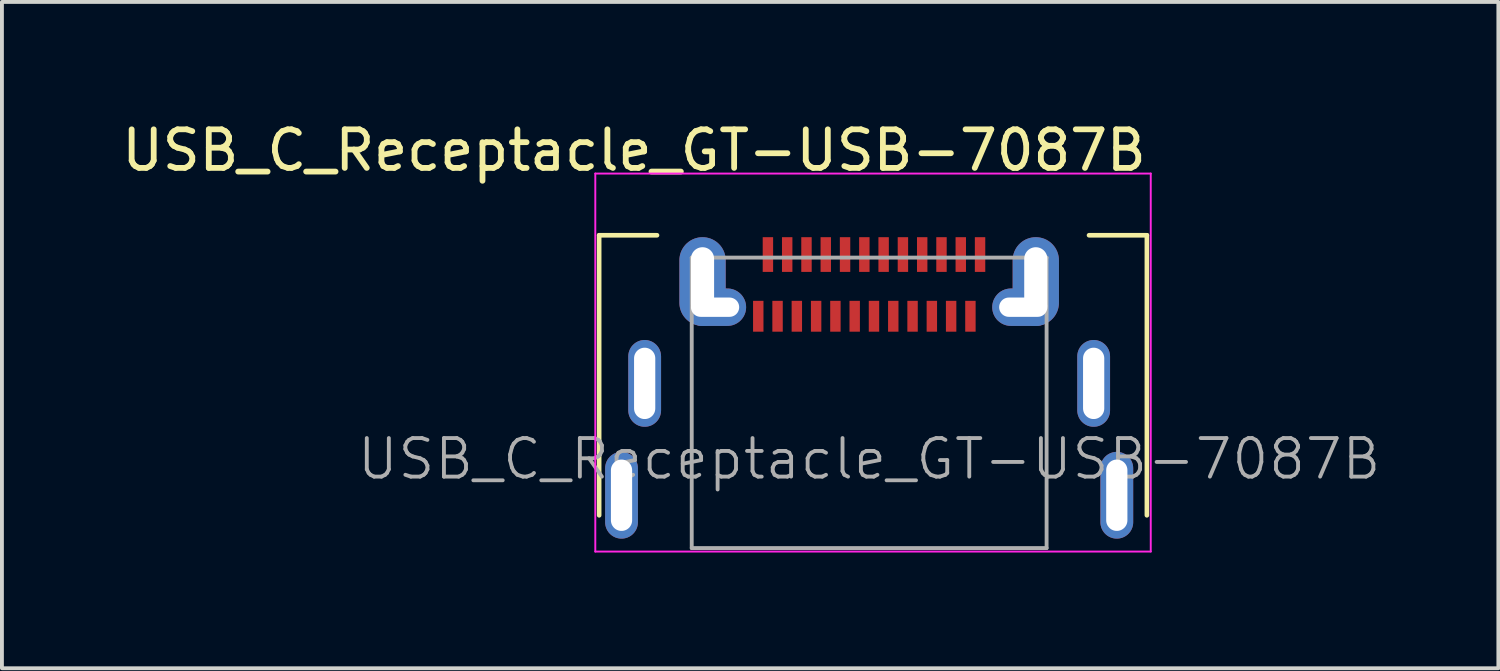
<source format=kicad_pcb>
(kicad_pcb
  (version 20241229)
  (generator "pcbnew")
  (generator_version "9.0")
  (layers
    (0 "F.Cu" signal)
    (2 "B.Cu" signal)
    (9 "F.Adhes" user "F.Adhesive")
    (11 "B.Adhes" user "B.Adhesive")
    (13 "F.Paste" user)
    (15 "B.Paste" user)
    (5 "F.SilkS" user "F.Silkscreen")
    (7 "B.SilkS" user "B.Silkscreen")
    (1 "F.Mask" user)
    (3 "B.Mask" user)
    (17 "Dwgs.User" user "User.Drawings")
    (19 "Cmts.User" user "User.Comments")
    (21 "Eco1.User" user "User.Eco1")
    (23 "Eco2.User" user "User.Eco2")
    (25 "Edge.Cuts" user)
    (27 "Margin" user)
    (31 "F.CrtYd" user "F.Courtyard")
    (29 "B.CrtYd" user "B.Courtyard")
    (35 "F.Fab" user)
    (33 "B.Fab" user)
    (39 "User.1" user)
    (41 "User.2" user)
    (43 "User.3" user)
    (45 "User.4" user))
  (footprint "USB_C_Receptacle_GT-USB-7087B"
    (layer "F.Cu")
    (at 19.483 8.849)
    (property "Reference" "USB_C_Receptacle_GT-USB-7087B" (at -6.096 -8.001 0) (layer "F.SilkS") (effects (font (size 1 1) (thickness 0.15))))
    (attr smd)
    (fp_line (start -7 -5.8) (end -7 1.46) (stroke (width 0.12) (type solid)) (layer "F.SilkS"))
    (fp_line (start -7 -5.8) (end -5.5 -5.8) (stroke (width 0.12) (type solid)) (layer "F.SilkS"))
    (fp_line (start 5.7 -5.8) (end 7.2 -5.8) (stroke (width 0.12) (type solid)) (layer "F.SilkS"))
    (fp_line (start 7.2 -5.8) (end 7.2 1.46) (stroke (width 0.12) (type solid)) (layer "F.SilkS"))
    (fp_line (start -7.1 -7.4) (end 7.3 -7.4) (stroke (width 0.05) (type solid)) (layer "F.CrtYd"))
    (fp_line (start -7.1 2.4) (end -7.1 -7.4) (stroke (width 0.05) (type solid)) (layer "F.CrtYd"))
    (fp_line (start 7.3 -7.4) (end 7.3 2.4) (stroke (width 0.05) (type solid)) (layer "F.CrtYd"))
    (fp_line (start 7.3 2.4) (end -7.1 2.4) (stroke (width 0.05) (type solid)) (layer "F.CrtYd"))
    (fp_line (start -4.6 -5.22) (end 4.6 -5.22) (stroke (width 0.1) (type solid)) (layer "F.Fab"))
    (fp_line (start -4.6 2.31) (end -4.6 -5.22) (stroke (width 0.1) (type solid)) (layer "F.Fab"))
    (fp_line (start -4.6 2.31) (end 4.6 2.31) (stroke (width 0.1) (type solid)) (layer "F.Fab"))
    (fp_line (start 4.6 2.31) (end 4.6 -5.22) (stroke (width 0.1) (type solid)) (layer "F.Fab"))
    (fp_text user "${REFERENCE}" (at 0 0 0) (layer "F.Fab") (effects (font (size 1 1) (thickness 0.1))))
    (pad "A1" smd rect (at -2.625 -5.3) (size 0.27 0.9) (layers "F.Cu" "F.Mask" "F.Paste"))
    (pad "A2" smd rect (at -2.125 -5.3) (size 0.27 0.9) (layers "F.Cu" "F.Mask" "F.Paste"))
    (pad "A3" smd rect (at -1.625 -5.3) (size 0.27 0.9) (layers "F.Cu" "F.Mask" "F.Paste"))
    (pad "A4" smd rect (at -1.125 -5.3) (size 0.27 0.9) (layers "F.Cu" "F.Mask" "F.Paste"))
    (pad "A5" smd rect (at -0.625 -5.3) (size 0.27 0.9) (layers "F.Cu" "F.Mask" "F.Paste"))
    (pad "A6" smd rect (at -0.125 -5.3) (size 0.27 0.9) (layers "F.Cu" "F.Mask" "F.Paste"))
    (pad "A7" smd rect (at 0.375 -5.3) (size 0.27 0.9) (layers "F.Cu" "F.Mask" "F.Paste"))
    (pad "A8" smd rect (at 0.875 -5.3) (size 0.27 0.9) (layers "F.Cu" "F.Mask" "F.Paste"))
    (pad "A9" smd rect (at 1.375 -5.3) (size 0.27 0.9) (layers "F.Cu" "F.Mask" "F.Paste"))
    (pad "A10" smd rect (at 1.875 -5.3) (size 0.27 0.9) (layers "F.Cu" "F.Mask" "F.Paste"))
    (pad "A11" smd rect (at 2.375 -5.3) (size 0.27 0.9) (layers "F.Cu" "F.Mask" "F.Paste"))
    (pad "A12" smd rect (at 2.875 -5.3) (size 0.27 0.9) (layers "F.Cu" "F.Mask" "F.Paste"))
    (pad "B1" smd rect (at 2.625 -3.7) (size 0.27 0.8) (layers "F.Cu" "F.Mask" "F.Paste"))
    (pad "B2" smd rect (at 2.125 -3.7) (size 0.27 0.8) (layers "F.Cu" "F.Mask" "F.Paste"))
    (pad "B3" smd rect (at 1.625 -3.7) (size 0.27 0.8) (layers "F.Cu" "F.Mask" "F.Paste"))
    (pad "B4" smd rect (at 1.125 -3.7) (size 0.27 0.8) (layers "F.Cu" "F.Mask" "F.Paste"))
    (pad "B5" smd rect (at 0.625 -3.7) (size 0.27 0.8) (layers "F.Cu" "F.Mask" "F.Paste"))
    (pad "B6" smd rect (at 0.125 -3.7) (size 0.27 0.8) (layers "F.Cu" "F.Mask" "F.Paste"))
    (pad "B7" smd rect (at -0.375 -3.7) (size 0.27 0.8) (layers "F.Cu" "F.Mask" "F.Paste"))
    (pad "B8" smd rect (at -0.875 -3.7) (size 0.27 0.8) (layers "F.Cu" "F.Mask" "F.Paste"))
    (pad "B9" smd rect (at -1.375 -3.7) (size 0.27 0.8) (layers "F.Cu" "F.Mask" "F.Paste"))
    (pad "B10" smd rect (at -1.875 -3.7) (size 0.27 0.8) (layers "F.Cu" "F.Mask" "F.Paste"))
    (pad "B11" smd rect (at -2.375 -3.7) (size 0.27 0.8) (layers "F.Cu" "F.Mask" "F.Paste"))
    (pad "B12" smd rect (at -2.875 -3.7) (size 0.27 0.8) (layers "F.Cu" "F.Mask" "F.Paste"))
    (pad "S1" thru_hole oval (at -6.42 0.94) (size 0.85 2.25) (drill oval 0.55 1.85) (layers "*.Cu" "*.Mask"))
    (pad "S1" thru_hole oval (at -5.82 -1.96) (size 0.85 2.25) (drill oval 0.55 1.85) (layers "*.Cu" "*.Mask"))
    (pad "S1" thru_hole oval (at -4.32 -4.6) (size 1.2 2.3) (drill oval 0.6 1.78) (layers "*.Cu" "*.Mask"))
    (pad "S1" thru_hole oval (at -3.995 -3.935) (size 1.61 0.97) (drill oval 1.25 0.5) (layers "*.Cu" "*.Mask"))
    (pad "S1" thru_hole oval (at 3.995 -3.935) (size 1.61 0.97) (drill oval 1.25 0.5) (layers "*.Cu" "*.Mask"))
    (pad "S1" thru_hole oval (at 4.32 -4.6) (size 1.2 2.3) (drill oval 0.6 1.78) (layers "*.Cu" "*.Mask"))
    (pad "S1" thru_hole oval (at 5.82 -1.96) (size 0.85 2.25) (drill oval 0.55 1.85) (layers "*.Cu" "*.Mask"))
    (pad "S1" thru_hole oval (at 6.42 0.94) (size 0.85 2.25) (drill oval 0.55 1.85) (layers "*.Cu" "*.Mask")))
  (gr_rect
    (start -3 -3)
    (end 35.795 14.274)
    (stroke (width 0.1) (type default))
    (fill no)
    (layer "Edge.Cuts")))
</source>
